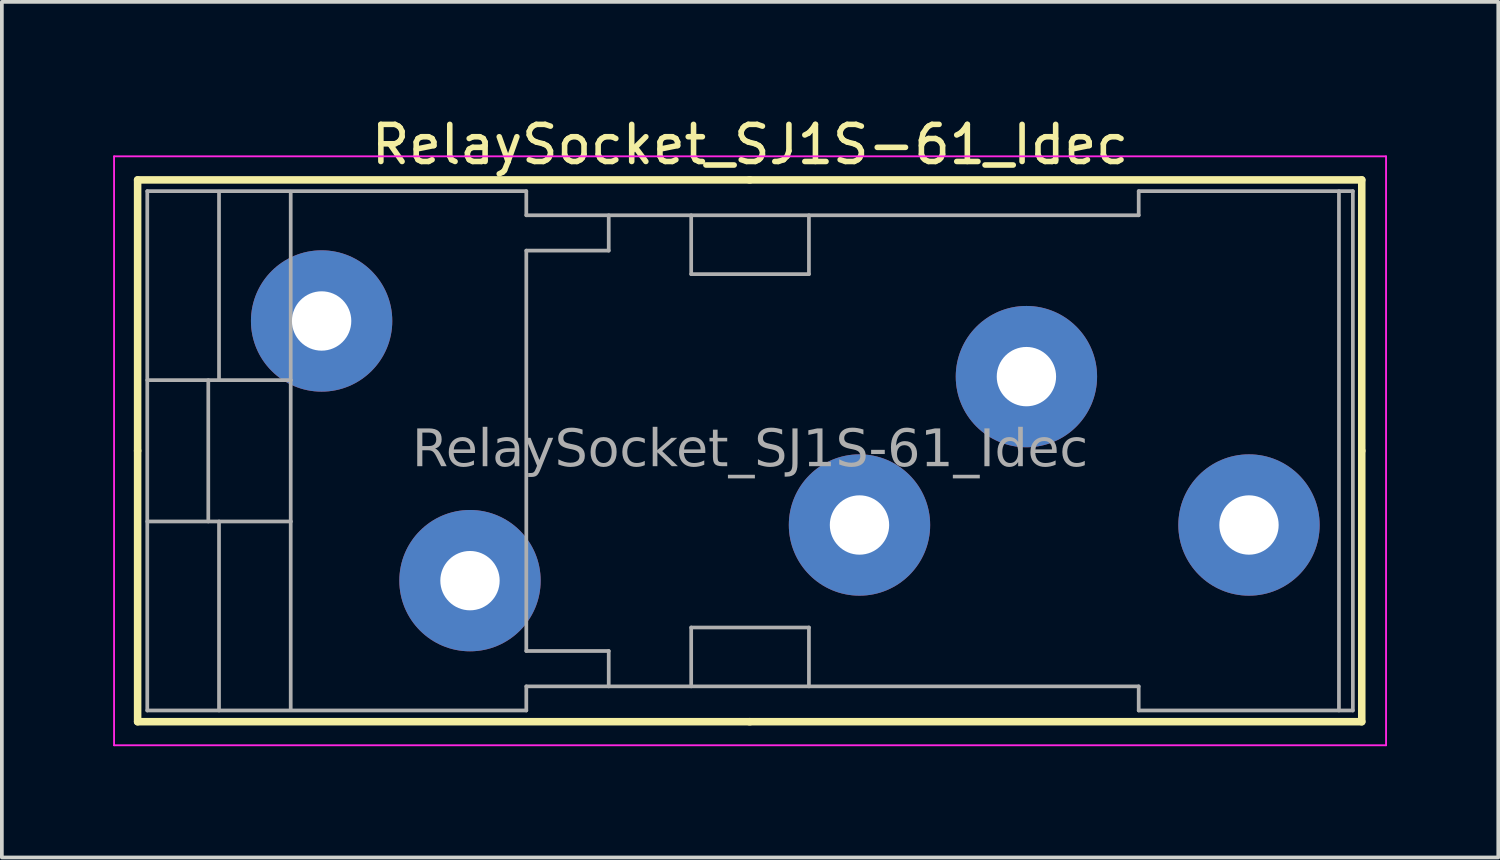
<source format=kicad_pcb>
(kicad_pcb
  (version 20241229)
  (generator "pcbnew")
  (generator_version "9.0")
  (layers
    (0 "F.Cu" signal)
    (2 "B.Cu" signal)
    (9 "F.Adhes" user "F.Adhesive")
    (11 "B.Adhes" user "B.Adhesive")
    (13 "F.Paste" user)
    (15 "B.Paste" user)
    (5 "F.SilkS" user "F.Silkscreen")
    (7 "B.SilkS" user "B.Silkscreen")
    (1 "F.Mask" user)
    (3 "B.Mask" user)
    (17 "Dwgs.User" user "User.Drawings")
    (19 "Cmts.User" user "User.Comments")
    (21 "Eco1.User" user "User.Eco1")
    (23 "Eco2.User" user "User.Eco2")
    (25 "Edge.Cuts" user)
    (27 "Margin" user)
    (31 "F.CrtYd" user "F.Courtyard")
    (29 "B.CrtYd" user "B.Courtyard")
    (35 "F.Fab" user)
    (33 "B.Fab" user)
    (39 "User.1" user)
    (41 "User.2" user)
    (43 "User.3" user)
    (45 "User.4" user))
  (footprint "RelaySocket_SJ1S-61_Idec"
    (layer "F.Cu")
    (at 17.17 9.103)
    (property "Reference" "RelaySocket_SJ1S-61_Idec" (at 0 -8.255 0) (layer "F.SilkS") (effects (font (size 1 1) (thickness 0.15))))
    (attr through_hole)
    (fp_line (start -16.51 -7.303) (end -16.51 0) (stroke (width 0.203) (type solid)) (layer "F.SilkS"))
    (fp_line (start -16.51 -7.303) (end 0 -7.303) (stroke (width 0.203) (type solid)) (layer "F.SilkS"))
    (fp_line (start -16.51 7.303) (end -16.51 0) (stroke (width 0.203) (type solid)) (layer "F.SilkS"))
    (fp_line (start -16.51 7.303) (end 0 7.303) (stroke (width 0.203) (type solid)) (layer "F.SilkS"))
    (fp_line (start 16.49 -7.303) (end -0.02 -7.303) (stroke (width 0.203) (type solid)) (layer "F.SilkS"))
    (fp_line (start 16.49 -7.303) (end 16.49 0) (stroke (width 0.203) (type solid)) (layer "F.SilkS"))
    (fp_line (start 16.49 7.303) (end -0.02 7.303) (stroke (width 0.203) (type solid)) (layer "F.SilkS"))
    (fp_line (start 16.49 7.303) (end 16.49 0) (stroke (width 0.203) (type solid)) (layer "F.SilkS"))
    (fp_line (start -17.145 -7.938) (end -17.145 7.938) (stroke (width 0.05) (type solid)) (layer "F.CrtYd"))
    (fp_line (start -17.145 -7.938) (end 17.145 -7.938) (stroke (width 0.05) (type solid)) (layer "F.CrtYd"))
    (fp_line (start -17.145 7.938) (end 17.145 7.938) (stroke (width 0.05) (type solid)) (layer "F.CrtYd"))
    (fp_line (start 17.145 7.938) (end 17.145 -7.938) (stroke (width 0.05) (type solid)) (layer "F.CrtYd"))
    (fp_line (start -16.25 7) (end -16.25 -7) (stroke (width 0.1) (type solid)) (layer "F.Fab"))
    (fp_line (start -14.605 1.905) (end -14.605 -1.905) (stroke (width 0.1) (type solid)) (layer "F.Fab"))
    (fp_line (start -14.316 -1.905) (end -14.316 -6.985) (stroke (width 0.1) (type solid)) (layer "F.Fab"))
    (fp_line (start -14.316 7) (end -14.316 1.905) (stroke (width 0.1) (type solid)) (layer "F.Fab"))
    (fp_line (start -12.383 -1.905) (end -16.25 -1.905) (stroke (width 0.1) (type solid)) (layer "F.Fab"))
    (fp_line (start -12.383 -1.905) (end -12.383 -6.985) (stroke (width 0.1) (type solid)) (layer "F.Fab"))
    (fp_line (start -12.383 1.905) (end -16.25 1.905) (stroke (width 0.1) (type solid)) (layer "F.Fab"))
    (fp_line (start -12.383 1.905) (end -12.383 -1.905) (stroke (width 0.1) (type solid)) (layer "F.Fab"))
    (fp_line (start -12.383 1.905) (end -12.383 6.985) (stroke (width 0.1) (type solid)) (layer "F.Fab"))
    (fp_line (start -6.032 -7) (end -16.25 -7) (stroke (width 0.1) (type solid)) (layer "F.Fab"))
    (fp_line (start -6.032 -7) (end -6.032 -6.35) (stroke (width 0.1) (type solid)) (layer "F.Fab"))
    (fp_line (start -6.032 -5.397) (end -3.81 -5.397) (stroke (width 0.1) (type solid)) (layer "F.Fab"))
    (fp_line (start -6.032 5.397) (end -6.032 -5.397) (stroke (width 0.1) (type solid)) (layer "F.Fab"))
    (fp_line (start -6.032 5.397) (end -3.81 5.397) (stroke (width 0.1) (type solid)) (layer "F.Fab"))
    (fp_line (start -6.032 7) (end -16.25 7) (stroke (width 0.1) (type solid)) (layer "F.Fab"))
    (fp_line (start -6.032 7) (end -6.032 6.35) (stroke (width 0.1) (type solid)) (layer "F.Fab"))
    (fp_line (start -3.81 -5.397) (end -3.81 -6.35) (stroke (width 0.1) (type solid)) (layer "F.Fab"))
    (fp_line (start -3.81 5.397) (end -3.81 6.35) (stroke (width 0.1) (type solid)) (layer "F.Fab"))
    (fp_line (start -1.587 -4.763) (end -1.587 -6.35) (stroke (width 0.1) (type solid)) (layer "F.Fab"))
    (fp_line (start -1.587 4.763) (end 1.587 4.763) (stroke (width 0.1) (type solid)) (layer "F.Fab"))
    (fp_line (start -1.587 6.35) (end -1.587 4.763) (stroke (width 0.1) (type solid)) (layer "F.Fab"))
    (fp_line (start 1.587 -6.35) (end 1.587 -4.763) (stroke (width 0.1) (type solid)) (layer "F.Fab"))
    (fp_line (start 1.587 -4.763) (end -1.587 -4.763) (stroke (width 0.1) (type solid)) (layer "F.Fab"))
    (fp_line (start 1.587 4.763) (end 1.587 6.35) (stroke (width 0.1) (type solid)) (layer "F.Fab"))
    (fp_line (start 10.477 -7) (end 16.25 -7) (stroke (width 0.1) (type solid)) (layer "F.Fab"))
    (fp_line (start 10.477 -6.35) (end -6.032 -6.35) (stroke (width 0.1) (type solid)) (layer "F.Fab"))
    (fp_line (start 10.477 -6.35) (end 10.477 -7) (stroke (width 0.1) (type solid)) (layer "F.Fab"))
    (fp_line (start 10.477 6.35) (end -6.032 6.35) (stroke (width 0.1) (type solid)) (layer "F.Fab"))
    (fp_line (start 10.477 6.35) (end 10.477 7) (stroke (width 0.1) (type solid)) (layer "F.Fab"))
    (fp_line (start 10.477 7) (end 16.25 7) (stroke (width 0.1) (type solid)) (layer "F.Fab"))
    (fp_line (start 15.875 7) (end 15.875 -7) (stroke (width 0.1) (type solid)) (layer "F.Fab"))
    (fp_line (start 16.25 7) (end 16.25 -7) (stroke (width 0.1) (type solid)) (layer "F.Fab"))
    (fp_text user "${REFERENCE}" (at 0 0 0) (layer "F.Fab") (effects (font (face "Tahoma") (size 1 1) (thickness 0.15))))
    (pad "COIL1" thru_hole circle (at -7.55 3.5) (size 3.81 3.81) (drill 1.6) (layers "*.Cu" "*.Mask"))
    (pad "COIL2" thru_hole circle (at -11.55 -3.5) (size 3.81 3.81) (drill 1.6) (layers "*.Cu" "*.Mask"))
    (pad "COM1" thru_hole circle (at 7.45 -2) (size 3.81 3.81) (drill 1.6) (layers "*.Cu" "*.Mask"))
    (pad "NC1" thru_hole circle (at 2.95 2) (size 3.81 3.81) (drill 1.6) (layers "*.Cu" "*.Mask"))
    (pad "NO1" thru_hole circle (at 13.45 2) (size 3.81 3.81) (drill 1.6) (layers "*.Cu" "*.Mask")))
  (gr_rect
    (start -3 -3)
    (end 37.34 20.066)
    (stroke (width 0.1) (type default))
    (fill no)
    (layer "Edge.Cuts")))
</source>
